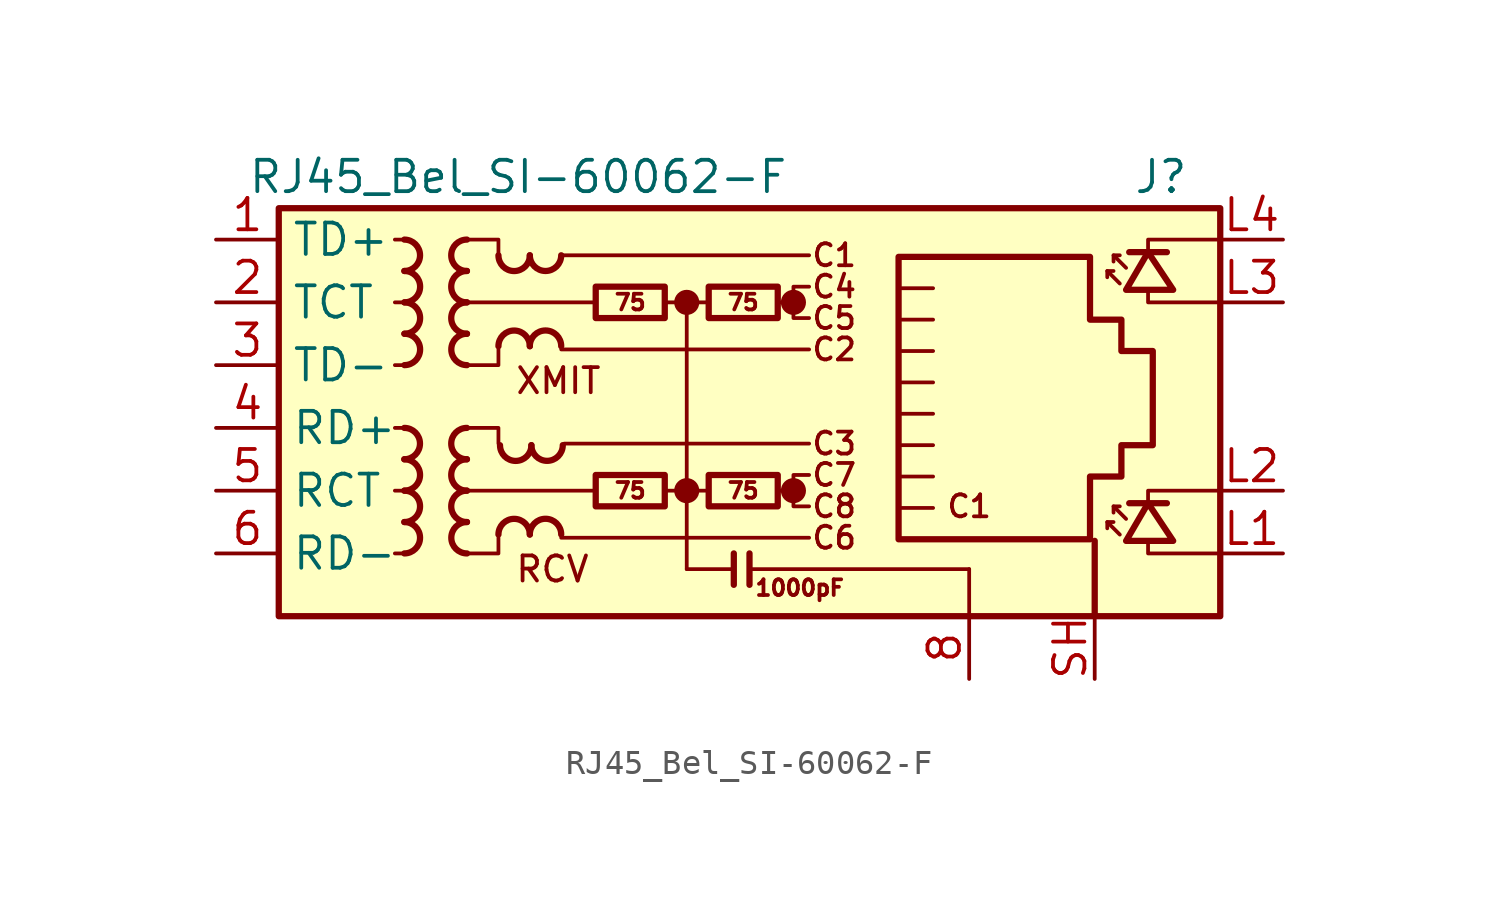
<source format=kicad_sym>
(kicad_symbol_lib
  (version 20231120)
  (generator "kicad_symbol_editor")
  (generator_version "8.0")
  (symbol "RJ45_Bel_SI-60062-F"
    (property "Reference" "J"
      (at 19.05 10.16 0)
      (effects (font (size 1.27 1.27)) (justify right)))
    (property "Value" "RJ45_Bel_SI-60062-F"
      (at -19.05 10.16 0)
      (effects (font (size 1.27 1.27)) (justify left)))
    (symbol "RJ45_Bel_SI-60062-F_0_0"
      (circle (center -1.27 -2.54) (radius 0.0001) (stroke (width 0.508) (type default)) (fill (type none)))
      (circle (center -1.27 5.08) (radius 0.0001) (stroke (width 0.508) (type default)) (fill (type none)))
      (polyline (pts (xy -1.27 5.08) (xy -1.27 -5.715)) (stroke (width 0) (type default)) (fill (type none)))
      (polyline (pts (xy 0.635 -5.08) (xy 0.635 -6.35)) (stroke (width 0.254) (type default)) (fill (type none)))
      (polyline (pts (xy 1.27 -5.08) (xy 1.27 -6.35)) (stroke (width 0.254) (type default)) (fill (type none)))
      (polyline (pts (xy 3.048 -2.54) (xy 2.54 -2.54)) (stroke (width 0) (type default)) (fill (type none)))
      (polyline (pts (xy 3.048 5.08) (xy 2.54 5.08)) (stroke (width 0) (type default)) (fill (type none)))
      (polyline (pts (xy 17.399 -3.175) (xy 17.399 -2.54) (xy 20.32 -2.54)) (stroke (width 0) (type default)) (fill (type none)))
      (polyline (pts (xy 17.399 6.985) (xy 17.399 7.62) (xy 20.32 7.62)) (stroke (width 0) (type default)) (fill (type none)))
      (polyline (pts (xy 20.32 -5.08) (xy 17.399 -5.08) (xy 17.399 -4.572)) (stroke (width 0) (type default)) (fill (type none)))
      (polyline (pts (xy 20.32 5.08) (xy 17.399 5.08) (xy 17.399 5.588)) (stroke (width 0) (type default)) (fill (type none)))
      (polyline (pts (xy 3.683 -1.905) (xy 3.048 -1.905) (xy 3.048 -3.175) (xy 3.683 -3.175)) (stroke (width 0) (type default)) (fill (type none)))
      (polyline (pts (xy 3.683 5.715) (xy 3.048 5.715) (xy 3.048 4.445) (xy 3.683 4.445)) (stroke (width 0) (type default)) (fill (type none)))
      (circle (center 3.048 -2.54) (radius 0.0001) (stroke (width 0.508) (type default)) (fill (type none)))
      (circle (center 3.048 5.08) (radius 0.0001) (stroke (width 0.508) (type default)) (fill (type none)))
      (text "C1" (at 4.699 6.985 0) (effects (font (size 0.889 0.889))))
      (text "C1" (at 10.16 -3.175 0) (effects (font (size 0.889 0.889))))
      (text "C2" (at 4.699 3.175 0) (effects (font (size 0.889 0.889))))
      (text "C3" (at 4.699 -0.635 0) (effects (font (size 0.889 0.889))))
      (text "C4" (at 4.699 5.715 0) (effects (font (size 0.889 0.889))))
      (text "C5" (at 4.699 4.445 0) (effects (font (size 0.889 0.889))))
      (text "C6" (at 4.699 -4.445 0) (effects (font (size 0.889 0.889))))
      (text "C7" (at 4.699 -1.905 0) (effects (font (size 0.889 0.889))))
      (text "C8" (at 4.699 -3.175 0) (effects (font (size 0.889 0.889))))
      (text "RCV" (at -8.255 -5.715 0) (effects (font (size 1.016 1.016)) (justify left)))
      (text "XMIT" (at -8.255 1.905 0) (effects (font (size 1.016 1.016)) (justify left))))
    (symbol "RJ45_Bel_SI-60062-F_0_1"
      (rectangle (start -17.78 8.89) (end 20.32 -7.62) (stroke (width 0.254) (type default)) (fill (type background)))
      (polyline (pts (xy -12.7 -5.08) (xy -13.081 -5.08)) (stroke (width 0) (type default)) (fill (type none)))
      (polyline (pts (xy -12.7 -2.54) (xy -13.081 -2.54)) (stroke (width 0) (type default)) (fill (type none)))
      (polyline (pts (xy -12.7 0) (xy -13.081 0)) (stroke (width 0) (type default)) (fill (type none)))
      (polyline (pts (xy -12.7 2.54) (xy -13.081 2.54)) (stroke (width 0) (type default)) (fill (type none)))
      (polyline (pts (xy -12.7 5.08) (xy -13.081 5.08)) (stroke (width 0) (type default)) (fill (type none)))
      (polyline (pts (xy -12.7 7.62) (xy -13.081 7.62)) (stroke (width 0) (type default)) (fill (type none)))
      (polyline (pts (xy -6.35 -4.445) (xy 3.683 -4.445)) (stroke (width 0) (type default)) (fill (type none)))
      (polyline (pts (xy -6.35 3.175) (xy 3.683 3.175)) (stroke (width 0) (type default)) (fill (type none)))
      (polyline (pts (xy -6.35 6.985) (xy 3.683 6.985)) (stroke (width 0) (type default)) (fill (type none)))
      (polyline (pts (xy -6.223 -0.635) (xy 3.683 -0.635)) (stroke (width 0) (type default)) (fill (type none)))
      (polyline (pts (xy -5.08 -2.54) (xy -10.16 -2.54)) (stroke (width 0) (type default)) (fill (type none)))
      (polyline (pts (xy -4.953 5.08) (xy -10.16 5.08)) (stroke (width 0) (type default)) (fill (type none)))
      (polyline (pts (xy -2.159 -2.54) (xy -0.381 -2.54)) (stroke (width 0) (type default)) (fill (type none)))
      (polyline (pts (xy -2.159 5.08) (xy -0.381 5.08)) (stroke (width 0) (type default)) (fill (type none)))
      (polyline (pts (xy 0.635 -5.715) (xy -1.27 -5.715)) (stroke (width 0) (type default)) (fill (type none)))
      (polyline (pts (xy 7.429 -1.968) (xy 8.7 -1.968)) (stroke (width 0) (type default)) (fill (type none)))
      (polyline (pts (xy 7.429 -0.699) (xy 8.7 -0.699)) (stroke (width 0) (type default)) (fill (type none)))
      (polyline (pts (xy 7.429 0.572) (xy 8.7 0.572)) (stroke (width 0) (type default)) (fill (type none)))
      (polyline (pts (xy 7.429 1.841) (xy 8.7 1.841)) (stroke (width 0) (type default)) (fill (type none)))
      (polyline (pts (xy 7.429 3.111) (xy 8.7 3.111)) (stroke (width 0) (type default)) (fill (type none)))
      (polyline (pts (xy 8.7 -3.239) (xy 7.429 -3.239)) (stroke (width 0) (type default)) (fill (type none)))
      (polyline (pts (xy 8.7 4.381) (xy 7.429 4.381)) (stroke (width 0) (type default)) (fill (type none)))
      (polyline (pts (xy 8.7 5.652) (xy 7.429 5.652)) (stroke (width 0) (type default)) (fill (type none)))
      (polyline (pts (xy 10.16 -5.715) (xy 1.27 -5.715)) (stroke (width 0) (type default)) (fill (type none)))
      (polyline (pts (xy 10.16 -5.715) (xy 10.16 -7.62)) (stroke (width 0) (type default)) (fill (type none)))
      (polyline (pts (xy -10.16 0) (xy -8.89 0) (xy -8.89 -0.635)) (stroke (width 0) (type default)) (fill (type none)))
      (polyline (pts (xy -10.16 7.62) (xy -8.89 7.62) (xy -8.89 6.985)) (stroke (width 0) (type default)) (fill (type none)))
      (polyline (pts (xy -8.89 -4.445) (xy -8.89 -5.08) (xy -10.16 -5.08)) (stroke (width 0) (type default)) (fill (type none)))
      (polyline (pts (xy -8.89 3.175) (xy -8.89 2.54) (xy -10.16 2.54)) (stroke (width 0) (type default)) (fill (type none))))
    (symbol "RJ45_Bel_SI-60062-F_1_0"
      (text "1000pF" (at 3.302 -6.477 0) (effects (font (size 0.635 0.635)))))
    (symbol "RJ45_Bel_SI-60062-F_1_1"
      (arc (start -12.7 -1.27) (mid -12.0677 -0.635) (end -12.7 0) (stroke (width 0.254) (type default)) (fill (type none)))
      (arc (start -12.6973 -5.08) (mid -12.065 -4.445) (end -12.6973 -3.81) (stroke (width 0.254) (type default)) (fill (type none)))
      (arc (start -12.6973 -3.81) (mid -12.065 -3.175) (end -12.6973 -2.54) (stroke (width 0.254) (type default)) (fill (type none)))
      (arc (start -12.6973 -2.54) (mid -12.065 -1.905) (end -12.6973 -1.27) (stroke (width 0.254) (type default)) (fill (type none)))
      (arc (start -12.6973 6.35) (mid -12.065 6.985) (end -12.6973 7.62) (stroke (width 0.254) (type default)) (fill (type none)))
      (arc (start -12.6946 2.54) (mid -12.0623 3.175) (end -12.6946 3.81) (stroke (width 0.254) (type default)) (fill (type none)))
      (arc (start -12.6946 3.81) (mid -12.0623 4.445) (end -12.6946 5.08) (stroke (width 0.254) (type default)) (fill (type none)))
      (arc (start -12.6946 5.08) (mid -12.0623 5.715) (end -12.6946 6.35) (stroke (width 0.254) (type default)) (fill (type none)))
      (arc (start -10.1654 -2.54) (mid -10.7977 -3.175) (end -10.1654 -3.81) (stroke (width 0.254) (type default)) (fill (type none)))
      (arc (start -10.1654 -1.27) (mid -10.7977 -1.905) (end -10.1654 -2.54) (stroke (width 0.254) (type default)) (fill (type none)))
      (arc (start -10.1654 0) (mid -10.7977 -0.635) (end -10.1654 -1.27) (stroke (width 0.254) (type default)) (fill (type none)))
      (arc (start -10.1654 5.08) (mid -10.7977 4.445) (end -10.1654 3.81) (stroke (width 0.254) (type default)) (fill (type none)))
      (arc (start -10.1654 6.35) (mid -10.7977 5.715) (end -10.1654 5.08) (stroke (width 0.254) (type default)) (fill (type none)))
      (arc (start -10.1654 7.62) (mid -10.7977 6.985) (end -10.1654 6.35) (stroke (width 0.254) (type default)) (fill (type none)))
      (arc (start -10.1627 -3.81) (mid -10.795 -4.445) (end -10.1627 -5.08) (stroke (width 0.254) (type default)) (fill (type none)))
      (arc (start -10.1627 3.81) (mid -10.795 3.175) (end -10.1627 2.54) (stroke (width 0.254) (type default)) (fill (type none)))
      (arc (start -8.89 6.9823) (mid -8.255 6.35) (end -7.62 6.9823) (stroke (width 0.254) (type default)) (fill (type none)))
      (arc (start -8.8265 -0.7012) (mid -8.1915 -1.3335) (end -7.5565 -0.7012) (stroke (width 0.254) (type default)) (fill (type none)))
      (arc (start -7.62 -4.3153) (mid -8.255 -3.683) (end -8.89 -4.3153) (stroke (width 0.254) (type default)) (fill (type none)))
      (arc (start -7.62 3.3047) (mid -8.255 3.937) (end -8.89 3.3047) (stroke (width 0.254) (type default)) (fill (type none)))
      (arc (start -7.62 6.985) (mid -6.985 6.3527) (end -6.35 6.985) (stroke (width 0.254) (type default)) (fill (type none)))
      (arc (start -7.5565 -0.6985) (mid -6.9215 -1.3308) (end -6.2865 -0.6985) (stroke (width 0.254) (type default)) (fill (type none)))
      (arc (start -6.35 -4.3126) (mid -6.985 -3.6803) (end -7.62 -4.3126) (stroke (width 0.254) (type default)) (fill (type none)))
      (arc (start -6.35 3.3074) (mid -6.985 3.9397) (end -7.62 3.3074) (stroke (width 0.254) (type default)) (fill (type none)))
      (rectangle (start -4.953 -1.905) (end -2.159 -3.175) (stroke (width 0.254) (type default)) (fill (type none)))
      (rectangle (start -4.953 5.715) (end -2.159 4.445) (stroke (width 0.254) (type default)) (fill (type none)))
      (rectangle (start -0.381 -1.905) (end 2.413 -3.175) (stroke (width 0.254) (type default)) (fill (type none)))
      (rectangle (start -0.381 5.715) (end 2.413 4.445) (stroke (width 0.254) (type default)) (fill (type none)))
      (polyline (pts (xy 15.24 -7.62) (xy 15.24 -4.572)) (stroke (width 0.254) (type default)) (fill (type none)))
      (polyline (pts (xy 15.748 -3.81) (xy 15.748 -4.064)) (stroke (width 0) (type default)) (fill (type none)))
      (polyline (pts (xy 15.748 6.35) (xy 15.748 6.096)) (stroke (width 0) (type default)) (fill (type none)))
      (polyline (pts (xy 16.002 -3.175) (xy 16.002 -3.429)) (stroke (width 0) (type default)) (fill (type none)))
      (polyline (pts (xy 16.002 6.985) (xy 16.002 6.731)) (stroke (width 0) (type default)) (fill (type none)))
      (polyline (pts (xy 16.637 -3.048) (xy 18.161 -3.048)) (stroke (width 0.254) (type default)) (fill (type none)))
      (polyline (pts (xy 16.637 7.112) (xy 18.161 7.112)) (stroke (width 0.254) (type default)) (fill (type none)))
      (polyline (pts (xy 16.256 -4.318) (xy 15.748 -3.81) (xy 16.002 -3.81)) (stroke (width 0) (type default)) (fill (type none)))
      (polyline (pts (xy 16.256 5.842) (xy 15.748 6.35) (xy 16.002 6.35)) (stroke (width 0) (type default)) (fill (type none)))
      (polyline (pts (xy 16.51 -3.683) (xy 16.002 -3.175) (xy 16.256 -3.175)) (stroke (width 0) (type default)) (fill (type none)))
      (polyline (pts (xy 16.51 6.477) (xy 16.002 6.985) (xy 16.256 6.985)) (stroke (width 0) (type default)) (fill (type none)))
      (polyline (pts (xy 16.51 -4.572) (xy 18.415 -4.572) (xy 17.399 -3.048) (xy 16.51 -4.572)) (stroke (width 0.254) (type default)) (fill (type none)))
      (polyline (pts (xy 16.51 5.588) (xy 18.415 5.588) (xy 17.399 7.112) (xy 16.51 5.588)) (stroke (width 0.254) (type default)) (fill (type none)))
      (polyline (pts (xy 7.303 -4.508) (xy 7.303 6.921) (xy 15.05 6.921) (xy 15.05 4.381) (xy 16.32 4.381) (xy 16.32 3.111) (xy 17.59 3.111) (xy 17.59 -0.699) (xy 16.32 -0.699) (xy 16.32 -1.968) (xy 15.05 -1.968) (xy 15.05 -4.508) (xy 7.303 -4.508)) (stroke (width 0.254) (type default)) (fill (type none)))
      (text "75" (at -3.556 -2.54 0) (effects (font (size 0.635 0.635))))
      (text "75" (at -3.556 5.08 0) (effects (font (size 0.635 0.635))))
      (text "75" (at 1.016 -2.54 0) (effects (font (size 0.635 0.635))))
      (text "75" (at 1.016 5.08 0) (effects (font (size 0.635 0.635))))
      (pin passive line (at -20.32 7.62 0) (length 2.54) (name "TD+" (effects (font (size 1.27 1.27)))) (number "1" (effects (font (size 1.27 1.27)))))
      (pin passive line (at -20.32 5.08 0) (length 2.54) (name "TCT" (effects (font (size 1.27 1.27)))) (number "2" (effects (font (size 1.27 1.27)))))
      (pin passive line (at -20.32 2.54 0) (length 2.54) (name "TD-" (effects (font (size 1.27 1.27)))) (number "3" (effects (font (size 1.27 1.27)))))
      (pin passive line (at -20.32 0 0) (length 2.54) (name "RD+" (effects (font (size 1.27 1.27)))) (number "4" (effects (font (size 1.27 1.27)))))
      (pin passive line (at -20.32 -2.54 0) (length 2.54) (name "RCT" (effects (font (size 1.27 1.27)))) (number "5" (effects (font (size 1.27 1.27)))))
      (pin passive line (at -20.32 -5.08 0) (length 2.54) (name "RD-" (effects (font (size 1.27 1.27)))) (number "6" (effects (font (size 1.27 1.27)))))
      (pin no_connect line (at 20.32 0 0) (length 0) hide (name "NC" (effects (font (size 1.27 1.27)))) (number "7" (effects (font (size 1.27 1.27)))))
      (pin power_in line (at 10.16 -10.16 90) (length 2.54) (name "" (effects (font (size 1.27 1.27)))) (number "8" (effects (font (size 1.27 1.27)))))
      (pin passive line (at 22.86 -5.08 180) (length 2.54) (name "" (effects (font (size 1.27 1.27)))) (number "L1" (effects (font (size 1.27 1.27)))))
      (pin passive line (at 22.86 -2.54 180) (length 2.54) (name "" (effects (font (size 1.27 1.27)))) (number "L2" (effects (font (size 1.27 1.27)))))
      (pin passive line (at 22.86 5.08 180) (length 2.54) (name "" (effects (font (size 1.27 1.27)))) (number "L3" (effects (font (size 1.27 1.27)))))
      (pin passive line (at 22.86 7.62 180) (length 2.54) (name "" (effects (font (size 1.27 1.27)))) (number "L4" (effects (font (size 1.27 1.27)))))
      (pin passive line (at 15.24 -10.16 90) (length 2.54) (name "" (effects (font (size 1.27 1.27)))) (number "SH" (effects (font (size 1.27 1.27))))))))
</source>
